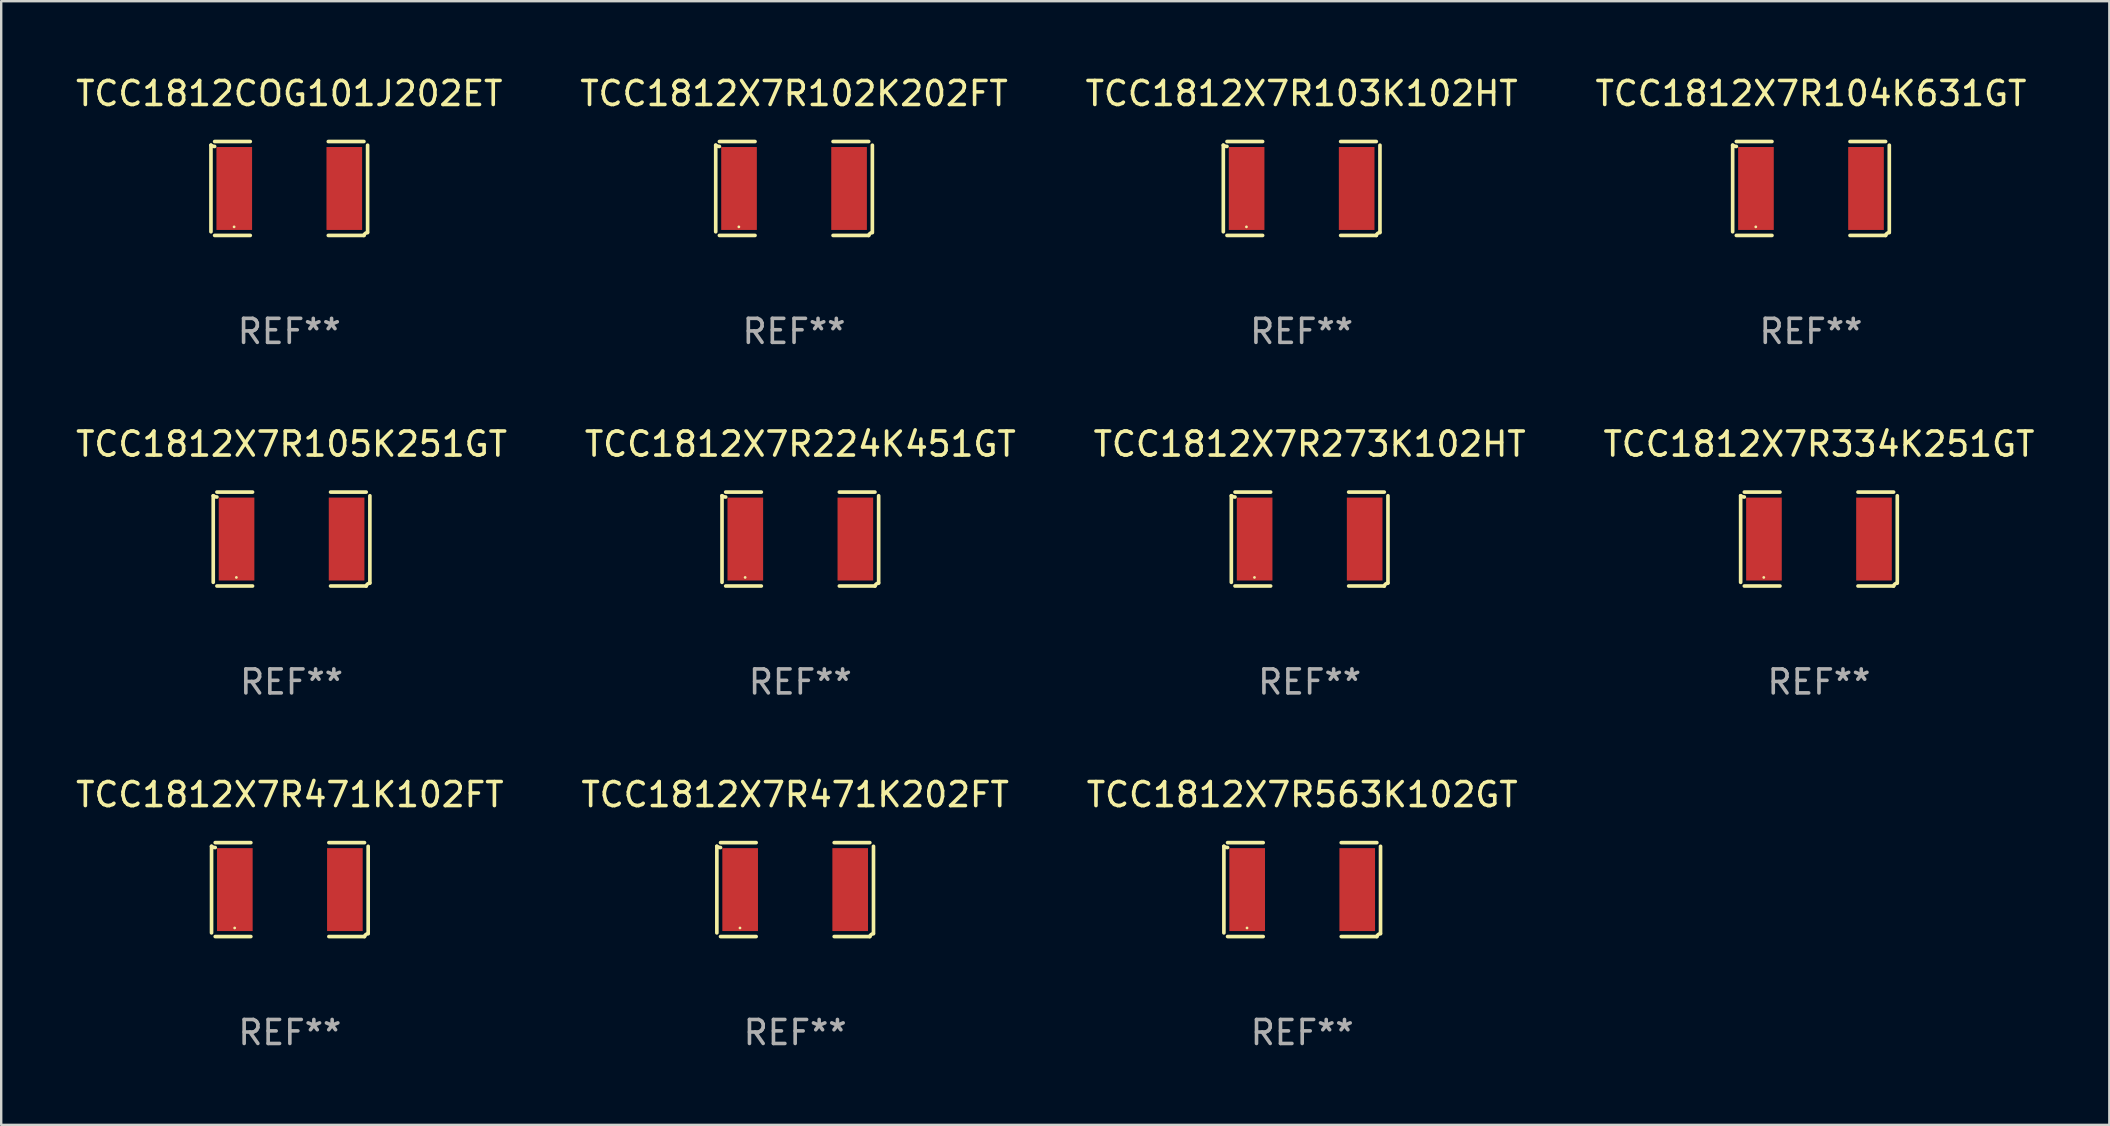
<source format=kicad_pcb>
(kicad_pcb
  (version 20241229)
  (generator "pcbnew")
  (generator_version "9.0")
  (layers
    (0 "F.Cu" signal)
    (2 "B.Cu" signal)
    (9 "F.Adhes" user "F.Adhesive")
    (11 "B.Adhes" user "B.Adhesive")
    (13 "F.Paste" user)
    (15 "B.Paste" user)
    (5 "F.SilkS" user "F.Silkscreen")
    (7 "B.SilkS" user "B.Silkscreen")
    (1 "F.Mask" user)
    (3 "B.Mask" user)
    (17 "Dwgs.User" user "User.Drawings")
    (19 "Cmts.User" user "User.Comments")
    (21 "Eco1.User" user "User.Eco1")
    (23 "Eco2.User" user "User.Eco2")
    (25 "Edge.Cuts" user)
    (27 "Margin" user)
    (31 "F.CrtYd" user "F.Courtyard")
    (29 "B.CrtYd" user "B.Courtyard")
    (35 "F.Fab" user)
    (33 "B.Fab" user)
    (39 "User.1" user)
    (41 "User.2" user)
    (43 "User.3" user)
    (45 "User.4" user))
  (footprint "TCC1812COG101J202ET"
    (layer "F.Cu")
    (at 9.006 4.805)
    (property "Reference" "TCC1812COG101J202ET" (at 0 -3.957 0) (layer "F.SilkS") (effects (font (size 1 1) (thickness 0.15))))
    (attr through_hole)
    (fp_line (start -3.264 1.804) (end -3.264 -1.804) (stroke (width 0.152) (type solid)) (layer "F.SilkS"))
    (fp_line (start -3.111 -1.957) (end -1.626 -1.957) (stroke (width 0.152) (type solid)) (layer "F.SilkS"))
    (fp_line (start -1.626 1.957) (end -3.111 1.957) (stroke (width 0.152) (type solid)) (layer "F.SilkS"))
    (fp_line (start 1.626 1.957) (end 3.111 1.957) (stroke (width 0.152) (type solid)) (layer "F.SilkS"))
    (fp_line (start 3.111 -1.957) (end 1.626 -1.957) (stroke (width 0.152) (type solid)) (layer "F.SilkS"))
    (fp_line (start 3.264 1.804) (end 3.264 -1.804) (stroke (width 0.152) (type solid)) (layer "F.SilkS"))
    (fp_arc (start -3.111202 -1.752192) (mid -3.191715 -1.76555) (end -3.263602 -1.804191) (stroke (width 0.1524) (type solid)) (layer "F.SilkS"))
    (fp_arc (start 3.111201 1.956591) (mid 3.167789 1.872777) (end 3.263602 1.840424) (stroke (width 0.1524) (type solid)) (layer "F.SilkS"))
    (fp_circle (center -2.3 1.6) (end -2.27 1.6) (stroke (width 0.06) (type solid)) (fill no) (layer "F.SilkS"))
    (fp_text user "REF**" (at 0 5.957 0) (layer "F.Fab") (effects (font (size 1 1) (thickness 0.15))))
    (pad "1" smd rect (at -2.293 0) (size 1.485 3.456) (layers "F.Cu" "F.Mask" "F.Paste"))
    (pad "2" smd rect (at 2.293 0) (size 1.485 3.456) (layers "F.Cu" "F.Mask" "F.Paste")))
  (footprint "TCC1812X7R563K102GT"
    (layer "F.Cu")
    (at 51.22 34.024)
    (property "Reference" "TCC1812X7R563K102GT" (at 0 -3.957 0) (layer "F.SilkS") (effects (font (size 1 1) (thickness 0.15))))
    (attr through_hole)
    (fp_line (start -3.264 1.804) (end -3.264 -1.804) (stroke (width 0.152) (type solid)) (layer "F.SilkS"))
    (fp_line (start -3.111 -1.957) (end -1.626 -1.957) (stroke (width 0.152) (type solid)) (layer "F.SilkS"))
    (fp_line (start -1.626 1.957) (end -3.111 1.957) (stroke (width 0.152) (type solid)) (layer "F.SilkS"))
    (fp_line (start 1.626 1.957) (end 3.111 1.957) (stroke (width 0.152) (type solid)) (layer "F.SilkS"))
    (fp_line (start 3.111 -1.957) (end 1.626 -1.957) (stroke (width 0.152) (type solid)) (layer "F.SilkS"))
    (fp_line (start 3.264 1.804) (end 3.264 -1.804) (stroke (width 0.152) (type solid)) (layer "F.SilkS"))
    (fp_arc (start -3.111202 -1.752192) (mid -3.191715 -1.76555) (end -3.263602 -1.804191) (stroke (width 0.1524) (type solid)) (layer "F.SilkS"))
    (fp_arc (start 3.111201 1.956591) (mid 3.167789 1.872777) (end 3.263602 1.840424) (stroke (width 0.1524) (type solid)) (layer "F.SilkS"))
    (fp_circle (center -2.3 1.6) (end -2.27 1.6) (stroke (width 0.06) (type solid)) (fill no) (layer "F.SilkS"))
    (fp_text user "REF**" (at 0 5.957 0) (layer "F.Fab") (effects (font (size 1 1) (thickness 0.15))))
    (pad "1" smd rect (at -2.293 0) (size 1.485 3.456) (layers "F.Cu" "F.Mask" "F.Paste"))
    (pad "2" smd rect (at 2.293 0) (size 1.485 3.456) (layers "F.Cu" "F.Mask" "F.Paste")))
  (footprint "TCC1812X7R103K102HT"
    (layer "F.Cu")
    (at 51.196 4.805)
    (property "Reference" "TCC1812X7R103K102HT" (at 0 -3.957 0) (layer "F.SilkS") (effects (font (size 1 1) (thickness 0.15))))
    (attr through_hole)
    (fp_line (start -3.264 1.804) (end -3.264 -1.804) (stroke (width 0.152) (type solid)) (layer "F.SilkS"))
    (fp_line (start -3.111 -1.957) (end -1.626 -1.957) (stroke (width 0.152) (type solid)) (layer "F.SilkS"))
    (fp_line (start -1.626 1.957) (end -3.111 1.957) (stroke (width 0.152) (type solid)) (layer "F.SilkS"))
    (fp_line (start 1.626 1.957) (end 3.111 1.957) (stroke (width 0.152) (type solid)) (layer "F.SilkS"))
    (fp_line (start 3.111 -1.957) (end 1.626 -1.957) (stroke (width 0.152) (type solid)) (layer "F.SilkS"))
    (fp_line (start 3.264 1.804) (end 3.264 -1.804) (stroke (width 0.152) (type solid)) (layer "F.SilkS"))
    (fp_arc (start -3.111202 -1.752192) (mid -3.191715 -1.76555) (end -3.263602 -1.804191) (stroke (width 0.1524) (type solid)) (layer "F.SilkS"))
    (fp_arc (start 3.111201 1.956591) (mid 3.167789 1.872777) (end 3.263602 1.840424) (stroke (width 0.1524) (type solid)) (layer "F.SilkS"))
    (fp_circle (center -2.3 1.6) (end -2.27 1.6) (stroke (width 0.06) (type solid)) (fill no) (layer "F.SilkS"))
    (fp_text user "REF**" (at 0 5.957 0) (layer "F.Fab") (effects (font (size 1 1) (thickness 0.15))))
    (pad "1" smd rect (at -2.293 0) (size 1.485 3.456) (layers "F.Cu" "F.Mask" "F.Paste"))
    (pad "2" smd rect (at 2.293 0) (size 1.485 3.456) (layers "F.Cu" "F.Mask" "F.Paste")))
  (footprint "TCC1812X7R105K251GT"
    (layer "F.Cu")
    (at 9.101 19.415)
    (property "Reference" "TCC1812X7R105K251GT" (at 0 -3.957 0) (layer "F.SilkS") (effects (font (size 1 1) (thickness 0.15))))
    (attr through_hole)
    (fp_line (start -3.264 1.804) (end -3.264 -1.804) (stroke (width 0.152) (type solid)) (layer "F.SilkS"))
    (fp_line (start -3.111 -1.957) (end -1.626 -1.957) (stroke (width 0.152) (type solid)) (layer "F.SilkS"))
    (fp_line (start -1.626 1.957) (end -3.111 1.957) (stroke (width 0.152) (type solid)) (layer "F.SilkS"))
    (fp_line (start 1.626 1.957) (end 3.111 1.957) (stroke (width 0.152) (type solid)) (layer "F.SilkS"))
    (fp_line (start 3.111 -1.957) (end 1.626 -1.957) (stroke (width 0.152) (type solid)) (layer "F.SilkS"))
    (fp_line (start 3.264 1.804) (end 3.264 -1.804) (stroke (width 0.152) (type solid)) (layer "F.SilkS"))
    (fp_arc (start -3.111202 -1.752192) (mid -3.191715 -1.76555) (end -3.263602 -1.804191) (stroke (width 0.1524) (type solid)) (layer "F.SilkS"))
    (fp_arc (start 3.111201 1.956591) (mid 3.167789 1.872777) (end 3.263602 1.840424) (stroke (width 0.1524) (type solid)) (layer "F.SilkS"))
    (fp_circle (center -2.3 1.6) (end -2.27 1.6) (stroke (width 0.06) (type solid)) (fill no) (layer "F.SilkS"))
    (fp_text user "REF**" (at 0 5.957 0) (layer "F.Fab") (effects (font (size 1 1) (thickness 0.15))))
    (pad "1" smd rect (at -2.293 0) (size 1.485 3.456) (layers "F.Cu" "F.Mask" "F.Paste"))
    (pad "2" smd rect (at 2.293 0) (size 1.485 3.456) (layers "F.Cu" "F.Mask" "F.Paste")))
  (footprint "TCC1812X7R102K202FT"
    (layer "F.Cu")
    (at 30.042 4.805)
    (property "Reference" "TCC1812X7R102K202FT" (at 0 -3.957 0) (layer "F.SilkS") (effects (font (size 1 1) (thickness 0.15))))
    (attr through_hole)
    (fp_line (start -3.264 1.804) (end -3.264 -1.804) (stroke (width 0.152) (type solid)) (layer "F.SilkS"))
    (fp_line (start -3.111 -1.957) (end -1.626 -1.957) (stroke (width 0.152) (type solid)) (layer "F.SilkS"))
    (fp_line (start -1.626 1.957) (end -3.111 1.957) (stroke (width 0.152) (type solid)) (layer "F.SilkS"))
    (fp_line (start 1.626 1.957) (end 3.111 1.957) (stroke (width 0.152) (type solid)) (layer "F.SilkS"))
    (fp_line (start 3.111 -1.957) (end 1.626 -1.957) (stroke (width 0.152) (type solid)) (layer "F.SilkS"))
    (fp_line (start 3.264 1.804) (end 3.264 -1.804) (stroke (width 0.152) (type solid)) (layer "F.SilkS"))
    (fp_arc (start -3.111202 -1.752192) (mid -3.191715 -1.76555) (end -3.263602 -1.804191) (stroke (width 0.1524) (type solid)) (layer "F.SilkS"))
    (fp_arc (start 3.111201 1.956591) (mid 3.167789 1.872777) (end 3.263602 1.840424) (stroke (width 0.1524) (type solid)) (layer "F.SilkS"))
    (fp_circle (center -2.3 1.6) (end -2.27 1.6) (stroke (width 0.06) (type solid)) (fill no) (layer "F.SilkS"))
    (fp_text user "REF**" (at 0 5.957 0) (layer "F.Fab") (effects (font (size 1 1) (thickness 0.15))))
    (pad "1" smd rect (at -2.293 0) (size 1.485 3.456) (layers "F.Cu" "F.Mask" "F.Paste"))
    (pad "2" smd rect (at 2.293 0) (size 1.485 3.456) (layers "F.Cu" "F.Mask" "F.Paste")))
  (footprint "TCC1812X7R471K102FT"
    (layer "F.Cu")
    (at 9.03 34.024)
    (property "Reference" "TCC1812X7R471K102FT" (at 0 -3.957 0) (layer "F.SilkS") (effects (font (size 1 1) (thickness 0.15))))
    (attr through_hole)
    (fp_line (start -3.264 1.804) (end -3.264 -1.804) (stroke (width 0.152) (type solid)) (layer "F.SilkS"))
    (fp_line (start -3.111 -1.957) (end -1.626 -1.957) (stroke (width 0.152) (type solid)) (layer "F.SilkS"))
    (fp_line (start -1.626 1.957) (end -3.111 1.957) (stroke (width 0.152) (type solid)) (layer "F.SilkS"))
    (fp_line (start 1.626 1.957) (end 3.111 1.957) (stroke (width 0.152) (type solid)) (layer "F.SilkS"))
    (fp_line (start 3.111 -1.957) (end 1.626 -1.957) (stroke (width 0.152) (type solid)) (layer "F.SilkS"))
    (fp_line (start 3.264 1.804) (end 3.264 -1.804) (stroke (width 0.152) (type solid)) (layer "F.SilkS"))
    (fp_arc (start -3.111202 -1.752192) (mid -3.191715 -1.76555) (end -3.263602 -1.804191) (stroke (width 0.1524) (type solid)) (layer "F.SilkS"))
    (fp_arc (start 3.111201 1.956591) (mid 3.167789 1.872777) (end 3.263602 1.840424) (stroke (width 0.1524) (type solid)) (layer "F.SilkS"))
    (fp_circle (center -2.3 1.6) (end -2.27 1.6) (stroke (width 0.06) (type solid)) (fill no) (layer "F.SilkS"))
    (fp_text user "REF**" (at 0 5.957 0) (layer "F.Fab") (effects (font (size 1 1) (thickness 0.15))))
    (pad "1" smd rect (at -2.293 0) (size 1.485 3.456) (layers "F.Cu" "F.Mask" "F.Paste"))
    (pad "2" smd rect (at 2.293 0) (size 1.485 3.456) (layers "F.Cu" "F.Mask" "F.Paste")))
  (footprint "TCC1812X7R273K102HT"
    (layer "F.Cu")
    (at 51.53 19.415)
    (property "Reference" "TCC1812X7R273K102HT" (at 0 -3.957 0) (layer "F.SilkS") (effects (font (size 1 1) (thickness 0.15))))
    (attr through_hole)
    (fp_line (start -3.264 1.804) (end -3.264 -1.804) (stroke (width 0.152) (type solid)) (layer "F.SilkS"))
    (fp_line (start -3.111 -1.957) (end -1.626 -1.957) (stroke (width 0.152) (type solid)) (layer "F.SilkS"))
    (fp_line (start -1.626 1.957) (end -3.111 1.957) (stroke (width 0.152) (type solid)) (layer "F.SilkS"))
    (fp_line (start 1.626 1.957) (end 3.111 1.957) (stroke (width 0.152) (type solid)) (layer "F.SilkS"))
    (fp_line (start 3.111 -1.957) (end 1.626 -1.957) (stroke (width 0.152) (type solid)) (layer "F.SilkS"))
    (fp_line (start 3.264 1.804) (end 3.264 -1.804) (stroke (width 0.152) (type solid)) (layer "F.SilkS"))
    (fp_arc (start -3.111202 -1.752192) (mid -3.191715 -1.76555) (end -3.263602 -1.804191) (stroke (width 0.1524) (type solid)) (layer "F.SilkS"))
    (fp_arc (start 3.111201 1.956591) (mid 3.167789 1.872777) (end 3.263602 1.840424) (stroke (width 0.1524) (type solid)) (layer "F.SilkS"))
    (fp_circle (center -2.3 1.6) (end -2.27 1.6) (stroke (width 0.06) (type solid)) (fill no) (layer "F.SilkS"))
    (fp_text user "REF**" (at 0 5.957 0) (layer "F.Fab") (effects (font (size 1 1) (thickness 0.15))))
    (pad "1" smd rect (at -2.293 0) (size 1.485 3.456) (layers "F.Cu" "F.Mask" "F.Paste"))
    (pad "2" smd rect (at 2.293 0) (size 1.485 3.456) (layers "F.Cu" "F.Mask" "F.Paste")))
  (footprint "TCC1812X7R334K251GT"
    (layer "F.Cu")
    (at 72.756 19.415)
    (property "Reference" "TCC1812X7R334K251GT" (at 0 -3.957 0) (layer "F.SilkS") (effects (font (size 1 1) (thickness 0.15))))
    (attr through_hole)
    (fp_line (start -3.264 1.804) (end -3.264 -1.804) (stroke (width 0.152) (type solid)) (layer "F.SilkS"))
    (fp_line (start -3.111 -1.957) (end -1.626 -1.957) (stroke (width 0.152) (type solid)) (layer "F.SilkS"))
    (fp_line (start -1.626 1.957) (end -3.111 1.957) (stroke (width 0.152) (type solid)) (layer "F.SilkS"))
    (fp_line (start 1.626 1.957) (end 3.111 1.957) (stroke (width 0.152) (type solid)) (layer "F.SilkS"))
    (fp_line (start 3.111 -1.957) (end 1.626 -1.957) (stroke (width 0.152) (type solid)) (layer "F.SilkS"))
    (fp_line (start 3.264 1.804) (end 3.264 -1.804) (stroke (width 0.152) (type solid)) (layer "F.SilkS"))
    (fp_arc (start -3.111202 -1.752192) (mid -3.191715 -1.76555) (end -3.263602 -1.804191) (stroke (width 0.1524) (type solid)) (layer "F.SilkS"))
    (fp_arc (start 3.111201 1.956591) (mid 3.167789 1.872777) (end 3.263602 1.840424) (stroke (width 0.1524) (type solid)) (layer "F.SilkS"))
    (fp_circle (center -2.3 1.6) (end -2.27 1.6) (stroke (width 0.06) (type solid)) (fill no) (layer "F.SilkS"))
    (fp_text user "REF**" (at 0 5.957 0) (layer "F.Fab") (effects (font (size 1 1) (thickness 0.15))))
    (pad "1" smd rect (at -2.293 0) (size 1.485 3.456) (layers "F.Cu" "F.Mask" "F.Paste"))
    (pad "2" smd rect (at 2.293 0) (size 1.485 3.456) (layers "F.Cu" "F.Mask" "F.Paste")))
  (footprint "TCC1812X7R224K451GT"
    (layer "F.Cu")
    (at 30.304 19.415)
    (property "Reference" "TCC1812X7R224K451GT" (at 0 -3.957 0) (layer "F.SilkS") (effects (font (size 1 1) (thickness 0.15))))
    (attr through_hole)
    (fp_line (start -3.264 1.804) (end -3.264 -1.804) (stroke (width 0.152) (type solid)) (layer "F.SilkS"))
    (fp_line (start -3.111 -1.957) (end -1.626 -1.957) (stroke (width 0.152) (type solid)) (layer "F.SilkS"))
    (fp_line (start -1.626 1.957) (end -3.111 1.957) (stroke (width 0.152) (type solid)) (layer "F.SilkS"))
    (fp_line (start 1.626 1.957) (end 3.111 1.957) (stroke (width 0.152) (type solid)) (layer "F.SilkS"))
    (fp_line (start 3.111 -1.957) (end 1.626 -1.957) (stroke (width 0.152) (type solid)) (layer "F.SilkS"))
    (fp_line (start 3.264 1.804) (end 3.264 -1.804) (stroke (width 0.152) (type solid)) (layer "F.SilkS"))
    (fp_arc (start -3.111202 -1.752192) (mid -3.191715 -1.76555) (end -3.263602 -1.804191) (stroke (width 0.1524) (type solid)) (layer "F.SilkS"))
    (fp_arc (start 3.111201 1.956591) (mid 3.167789 1.872777) (end 3.263602 1.840424) (stroke (width 0.1524) (type solid)) (layer "F.SilkS"))
    (fp_circle (center -2.3 1.6) (end -2.27 1.6) (stroke (width 0.06) (type solid)) (fill no) (layer "F.SilkS"))
    (fp_text user "REF**" (at 0 5.957 0) (layer "F.Fab") (effects (font (size 1 1) (thickness 0.15))))
    (pad "1" smd rect (at -2.293 0) (size 1.485 3.456) (layers "F.Cu" "F.Mask" "F.Paste"))
    (pad "2" smd rect (at 2.293 0) (size 1.485 3.456) (layers "F.Cu" "F.Mask" "F.Paste")))
  (footprint "TCC1812X7R104K631GT"
    (layer "F.Cu")
    (at 72.423 4.805)
    (property "Reference" "TCC1812X7R104K631GT" (at 0 -3.957 0) (layer "F.SilkS") (effects (font (size 1 1) (thickness 0.15))))
    (attr through_hole)
    (fp_line (start -3.264 1.804) (end -3.264 -1.804) (stroke (width 0.152) (type solid)) (layer "F.SilkS"))
    (fp_line (start -3.111 -1.957) (end -1.626 -1.957) (stroke (width 0.152) (type solid)) (layer "F.SilkS"))
    (fp_line (start -1.626 1.957) (end -3.111 1.957) (stroke (width 0.152) (type solid)) (layer "F.SilkS"))
    (fp_line (start 1.626 1.957) (end 3.111 1.957) (stroke (width 0.152) (type solid)) (layer "F.SilkS"))
    (fp_line (start 3.111 -1.957) (end 1.626 -1.957) (stroke (width 0.152) (type solid)) (layer "F.SilkS"))
    (fp_line (start 3.264 1.804) (end 3.264 -1.804) (stroke (width 0.152) (type solid)) (layer "F.SilkS"))
    (fp_arc (start -3.111202 -1.752192) (mid -3.191715 -1.76555) (end -3.263602 -1.804191) (stroke (width 0.1524) (type solid)) (layer "F.SilkS"))
    (fp_arc (start 3.111201 1.956591) (mid 3.167789 1.872777) (end 3.263602 1.840424) (stroke (width 0.1524) (type solid)) (layer "F.SilkS"))
    (fp_circle (center -2.3 1.6) (end -2.27 1.6) (stroke (width 0.06) (type solid)) (fill no) (layer "F.SilkS"))
    (fp_text user "REF**" (at 0 5.957 0) (layer "F.Fab") (effects (font (size 1 1) (thickness 0.15))))
    (pad "1" smd rect (at -2.293 0) (size 1.485 3.456) (layers "F.Cu" "F.Mask" "F.Paste"))
    (pad "2" smd rect (at 2.293 0) (size 1.485 3.456) (layers "F.Cu" "F.Mask" "F.Paste")))
  (footprint "TCC1812X7R471K202FT"
    (layer "F.Cu")
    (at 30.089 34.024)
    (property "Reference" "TCC1812X7R471K202FT" (at 0 -3.957 0) (layer "F.SilkS") (effects (font (size 1 1) (thickness 0.15))))
    (attr through_hole)
    (fp_line (start -3.264 1.804) (end -3.264 -1.804) (stroke (width 0.152) (type solid)) (layer "F.SilkS"))
    (fp_line (start -3.111 -1.957) (end -1.626 -1.957) (stroke (width 0.152) (type solid)) (layer "F.SilkS"))
    (fp_line (start -1.626 1.957) (end -3.111 1.957) (stroke (width 0.152) (type solid)) (layer "F.SilkS"))
    (fp_line (start 1.626 1.957) (end 3.111 1.957) (stroke (width 0.152) (type solid)) (layer "F.SilkS"))
    (fp_line (start 3.111 -1.957) (end 1.626 -1.957) (stroke (width 0.152) (type solid)) (layer "F.SilkS"))
    (fp_line (start 3.264 1.804) (end 3.264 -1.804) (stroke (width 0.152) (type solid)) (layer "F.SilkS"))
    (fp_arc (start -3.111202 -1.752192) (mid -3.191715 -1.76555) (end -3.263602 -1.804191) (stroke (width 0.1524) (type solid)) (layer "F.SilkS"))
    (fp_arc (start 3.111201 1.956591) (mid 3.167789 1.872777) (end 3.263602 1.840424) (stroke (width 0.1524) (type solid)) (layer "F.SilkS"))
    (fp_circle (center -2.3 1.6) (end -2.27 1.6) (stroke (width 0.06) (type solid)) (fill no) (layer "F.SilkS"))
    (fp_text user "REF**" (at 0 5.957 0) (layer "F.Fab") (effects (font (size 1 1) (thickness 0.15))))
    (pad "1" smd rect (at -2.293 0) (size 1.485 3.456) (layers "F.Cu" "F.Mask" "F.Paste"))
    (pad "2" smd rect (at 2.293 0) (size 1.485 3.456) (layers "F.Cu" "F.Mask" "F.Paste")))
  (gr_rect
    (start -3 -3)
    (end 84.857 43.829)
    (stroke (width 0.1) (type default))
    (fill no)
    (layer "Edge.Cuts")))
</source>
